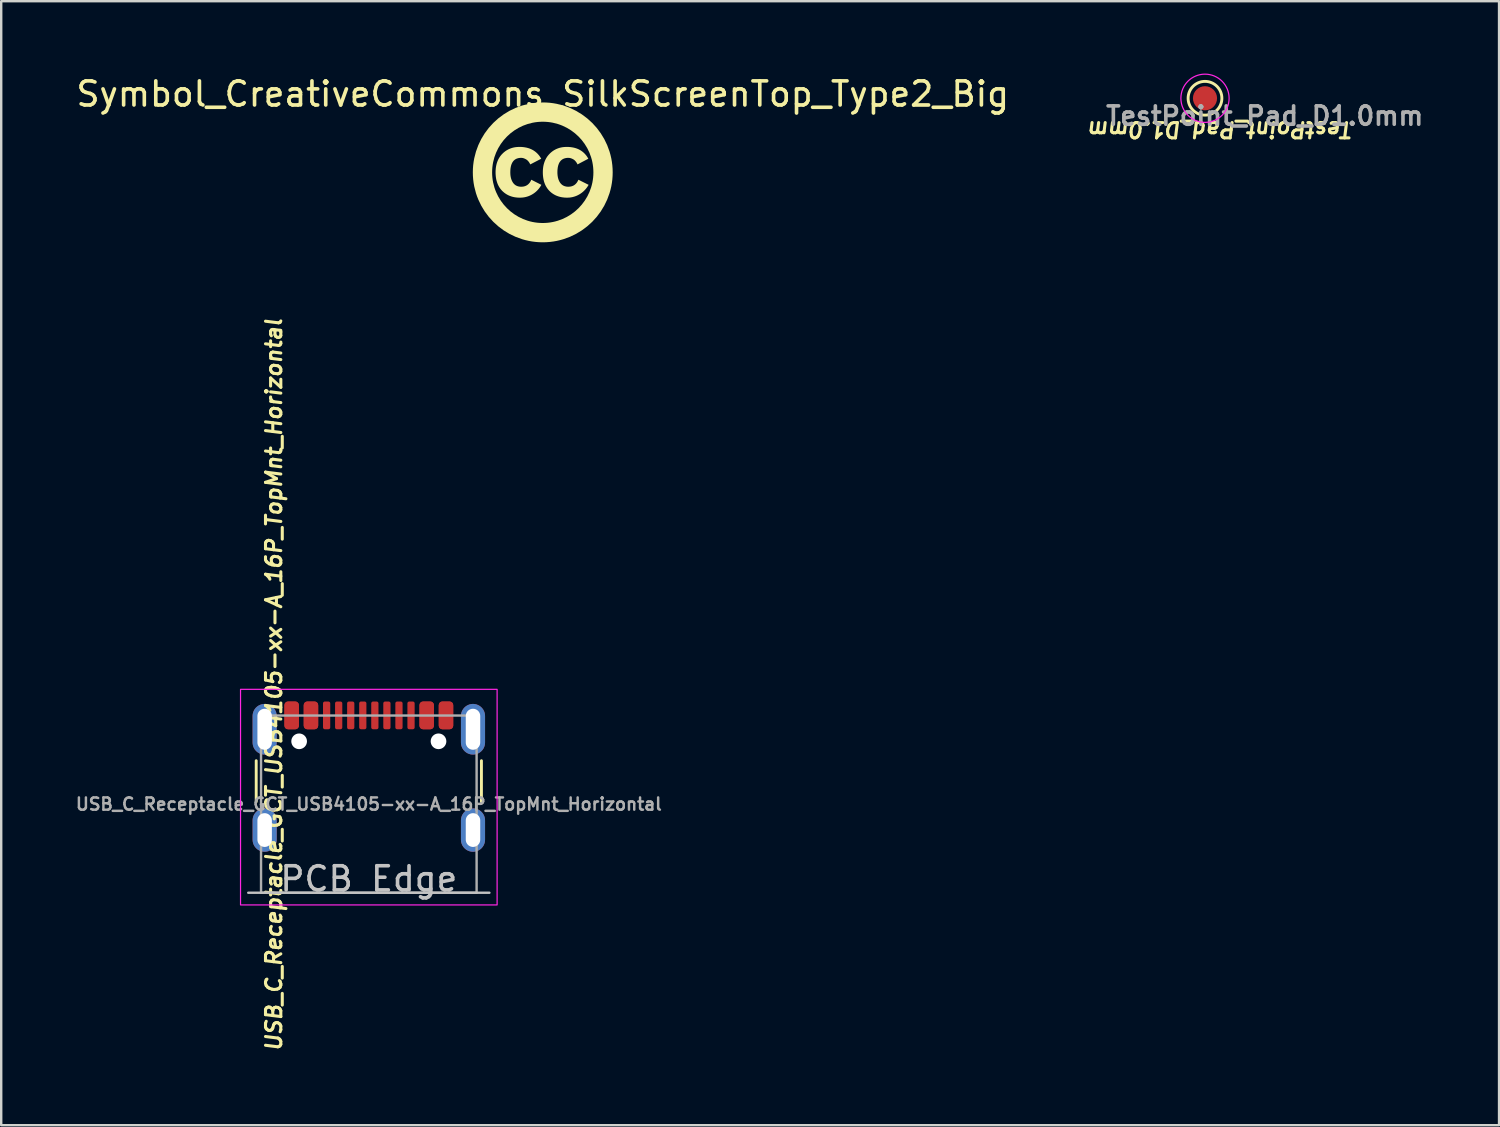
<source format=kicad_pcb>
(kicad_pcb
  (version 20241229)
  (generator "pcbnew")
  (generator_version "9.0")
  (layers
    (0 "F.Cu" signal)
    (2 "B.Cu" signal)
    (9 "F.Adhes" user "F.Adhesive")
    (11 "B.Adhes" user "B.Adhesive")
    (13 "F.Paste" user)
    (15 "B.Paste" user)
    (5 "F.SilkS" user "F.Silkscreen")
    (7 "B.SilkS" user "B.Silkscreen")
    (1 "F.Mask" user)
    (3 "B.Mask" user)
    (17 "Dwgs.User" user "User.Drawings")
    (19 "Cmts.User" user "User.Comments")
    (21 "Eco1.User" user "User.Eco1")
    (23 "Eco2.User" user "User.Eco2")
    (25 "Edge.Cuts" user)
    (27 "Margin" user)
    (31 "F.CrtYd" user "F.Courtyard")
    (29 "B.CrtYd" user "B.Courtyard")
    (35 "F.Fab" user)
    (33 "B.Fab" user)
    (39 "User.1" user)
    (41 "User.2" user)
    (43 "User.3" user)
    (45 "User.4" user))
  (footprint "TestPoint_Pad_D1.0mm"
    (layer "F.Cu")
    (at 46.921 1.025)
    (property "Reference" "TestPoint_Pad_D1.0mm" (at 0.635 1.295 180) (unlocked yes) (layer "F.SilkS") (effects (font (size 0.635 0.635) (thickness 0.127) (italic yes))))
    (attr exclude_from_pos_files exclude_from_bom)
    (fp_circle (center 0 0) (end 0 0.7) (stroke (width 0.12) (type solid)) (fill no) (layer "F.SilkS"))
    (fp_circle (center 0 0) (end 1 0) (stroke (width 0.05) (type solid)) (fill no) (layer "F.CrtYd"))
    (fp_text user "${REFERENCE}" (at 2.477 0.732 0) (unlocked yes) (layer "F.Fab") (effects (font (size 0.762 0.762) (thickness 0.15))))
    (pad "1" smd circle (at 0 0 180) (size 1 1) (layers "F.Cu" "F.Mask")))
  (footprint "USB_C_Receptacle_GCT_USB4105-xx-A_16P_TopMnt_Horizontal"
    (layer "F.Cu")
    (at 12.245 30.297)
    (property "Reference" "USB_C_Receptacle_GCT_USB4105-xx-A_16P_TopMnt_Horizontal" (at -3.937 -4.953 90) (unlocked yes) (layer "F.SilkS") (effects (font (size 0.635 0.635) (thickness 0.127) (italic yes))))
    (attr smd)
    (fp_line (start -4.67 -0.1) (end -4.67 -1.8) (stroke (width 0.12) (type solid)) (layer "F.SilkS"))
    (fp_line (start 4.67 -0.1) (end 4.67 -1.8) (stroke (width 0.12) (type solid)) (layer "F.SilkS"))
    (fp_line (start 5 3.675) (end -5 3.675) (stroke (width 0.1) (type solid)) (layer "Dwgs.User"))
    (fp_rect (start -5.32 -4.76) (end 5.32 4.18) (stroke (width 0.05) (type solid)) (fill no) (layer "F.CrtYd"))
    (fp_rect (start -4.47 -3.675) (end 4.47 3.675) (stroke (width 0.1) (type solid)) (fill no) (layer "F.Fab"))
    (fp_text user "PCB Edge" (at 0 3.1 0) (unlocked yes) (layer "Dwgs.User") (effects (font (size 1 1) (thickness 0.15))))
    (fp_text user "${REFERENCE}" (at 0 0 0) (unlocked yes) (layer "F.Fab") (effects (font (size 0.508 0.508) (thickness 0.102))))
    (pad "" np_thru_hole circle (at -2.89 -2.605) (size 0.65 0.65) (drill 0.65) (layers "*.Cu" "*.Mask"))
    (pad "" np_thru_hole circle (at 2.89 -2.605) (size 0.65 0.65) (drill 0.65) (layers "*.Cu" "*.Mask"))
    (pad "A1" smd roundrect (at -3.2 -3.68) (size 0.6 1.15) (layers "F.Cu" "F.Mask" "F.Paste") (roundrect_rratio 0.25))
    (pad "A4" smd roundrect (at -2.4 -3.68) (size 0.6 1.15) (layers "F.Cu" "F.Mask" "F.Paste") (roundrect_rratio 0.25))
    (pad "A5" smd roundrect (at -1.25 -3.68) (size 0.3 1.15) (layers "F.Cu" "F.Mask" "F.Paste") (roundrect_rratio 0.25))
    (pad "A6" smd roundrect (at -0.25 -3.68) (size 0.3 1.15) (layers "F.Cu" "F.Mask" "F.Paste") (roundrect_rratio 0.25))
    (pad "A7" smd roundrect (at 0.25 -3.68) (size 0.3 1.15) (layers "F.Cu" "F.Mask" "F.Paste") (roundrect_rratio 0.25))
    (pad "A8" smd roundrect (at 1.25 -3.68) (size 0.3 1.15) (layers "F.Cu" "F.Mask" "F.Paste") (roundrect_rratio 0.25))
    (pad "A9" smd roundrect (at 2.4 -3.68) (size 0.6 1.15) (layers "F.Cu" "F.Mask" "F.Paste") (roundrect_rratio 0.25))
    (pad "A12" smd roundrect (at 3.2 -3.68) (size 0.6 1.15) (layers "F.Cu" "F.Mask" "F.Paste") (roundrect_rratio 0.25))
    (pad "B1" smd roundrect (at 3.2 -3.68) (size 0.6 1.15) (layers "F.Cu" "F.Mask" "F.Paste") (roundrect_rratio 0.25))
    (pad "B4" smd roundrect (at 2.4 -3.68) (size 0.6 1.15) (layers "F.Cu" "F.Mask" "F.Paste") (roundrect_rratio 0.25))
    (pad "B5" smd roundrect (at 1.75 -3.68) (size 0.3 1.15) (layers "F.Cu" "F.Mask" "F.Paste") (roundrect_rratio 0.25))
    (pad "B6" smd roundrect (at 0.75 -3.68) (size 0.3 1.15) (layers "F.Cu" "F.Mask" "F.Paste") (roundrect_rratio 0.25))
    (pad "B7" smd roundrect (at -0.75 -3.68) (size 0.3 1.15) (layers "F.Cu" "F.Mask" "F.Paste") (roundrect_rratio 0.25))
    (pad "B8" smd roundrect (at -1.75 -3.68) (size 0.3 1.15) (layers "F.Cu" "F.Mask" "F.Paste") (roundrect_rratio 0.25))
    (pad "B9" smd roundrect (at -2.4 -3.68) (size 0.6 1.15) (layers "F.Cu" "F.Mask" "F.Paste") (roundrect_rratio 0.25))
    (pad "B12" smd roundrect (at -3.2 -3.68) (size 0.6 1.15) (layers "F.Cu" "F.Mask" "F.Paste") (roundrect_rratio 0.25))
    (pad "S1" thru_hole oval (at -4.32 -3.105) (size 1 2.1) (drill oval 0.6 1.7) (layers "*.Cu" "*.Mask" "F.Paste"))
    (pad "S1" thru_hole oval (at -4.32 1.075) (size 1 1.8) (drill oval 0.6 1.4) (layers "*.Cu" "*.Mask" "F.Paste"))
    (pad "S1" thru_hole oval (at 4.32 -3.105) (size 1 2.1) (drill oval 0.6 1.7) (layers "*.Cu" "*.Mask" "F.Paste"))
    (pad "S1" thru_hole oval (at 4.32 1.075) (size 1 1.8) (drill oval 0.6 1.4) (layers "*.Cu" "*.Mask" "F.Paste")))
  (footprint "Symbol_CreativeCommons_SilkScreenTop_Type2_Big"
    (layer "F.Cu")
    (at 19.458 4.098)
    (property "Reference" "Symbol_CreativeCommons_SilkScreenTop_Type2_Big" (at 0 -3.25 180) (layer "F.SilkS") (effects (font (size 1 1) (thickness 0.15))))
    (attr exclude_from_pos_files exclude_from_bom)
    (fp_circle (center 0 0) (end 2.5 0) (stroke (width 0.8) (type default)) (fill no) (layer "F.SilkS"))
    (fp_poly (pts (xy -0.888 -1.054) (xy -0.813 -1.048) (xy -0.741 -1.038) (xy -0.673 -1.025) (xy -0.606 -1.008) (xy -0.543 -0.987) (xy -0.483 -0.962) (xy -0.425 -0.933) (xy -0.37 -0.901) (xy -0.318 -0.864) (xy -0.269 -0.824) (xy -0.222 -0.78) (xy -0.178 -0.732) (xy -0.137 -0.681) (xy -0.099 -0.625) (xy -0.064 -0.566) (xy -0.517 -0.33) (xy -0.527 -0.348) (xy -0.536 -0.366) (xy -0.546 -0.383) (xy -0.556 -0.4) (xy -0.566 -0.416) (xy -0.576 -0.431) (xy -0.587 -0.445) (xy -0.598 -0.458) (xy -0.61 -0.471) (xy -0.621 -0.483) (xy -0.633 -0.495) (xy -0.645 -0.506) (xy -0.657 -0.516) (xy -0.67 -0.525) (xy -0.683 -0.534) (xy -0.696 -0.542) (xy -0.709 -0.549) (xy -0.722 -0.556) (xy -0.735 -0.562) (xy -0.748 -0.568) (xy -0.76 -0.573) (xy -0.773 -0.578) (xy -0.785 -0.583) (xy -0.798 -0.587) (xy -0.81 -0.59) (xy -0.822 -0.594) (xy -0.834 -0.596) (xy -0.846 -0.598) (xy -0.858 -0.6) (xy -0.869 -0.601) (xy -0.881 -0.602) (xy -0.892 -0.602) (xy -0.92 -0.601) (xy -0.947 -0.6) (xy -0.973 -0.597) (xy -0.999 -0.593) (xy -1.023 -0.587) (xy -1.046 -0.581) (xy -1.069 -0.573) (xy -1.091 -0.565) (xy -1.112 -0.555) (xy -1.131 -0.544) (xy -1.15 -0.531) (xy -1.169 -0.518) (xy -1.186 -0.503) (xy -1.202 -0.488) (xy -1.218 -0.471) (xy -1.232 -0.452) (xy -1.246 -0.433) (xy -1.259 -0.413) (xy -1.271 -0.391) (xy -1.282 -0.368) (xy -1.292 -0.344) (xy -1.302 -0.319) (xy -1.31 -0.293) (xy -1.318 -0.265) (xy -1.324 -0.237) (xy -1.33 -0.207) (xy -1.335 -0.176) (xy -1.339 -0.144) (xy -1.342 -0.11) (xy -1.344 -0.076) (xy -1.345 -0.04) (xy -1.346 -0.003) (xy -1.345 0.03) (xy -1.344 0.063) (xy -1.342 0.095) (xy -1.339 0.126) (xy -1.335 0.156) (xy -1.33 0.185) (xy -1.324 0.214) (xy -1.317 0.241) (xy -1.31 0.268) (xy -1.301 0.294) (xy -1.292 0.319) (xy -1.281 0.343) (xy -1.27 0.367) (xy -1.258 0.389) (xy -1.245 0.411) (xy -1.231 0.432) (xy -1.216 0.452) (xy -1.201 0.47) (xy -1.184 0.487) (xy -1.167 0.503) (xy -1.158 0.511) (xy -1.149 0.518) (xy -1.139 0.525) (xy -1.13 0.531) (xy -1.12 0.538) (xy -1.11 0.544) (xy -1.099 0.549) (xy -1.089 0.554) (xy -1.067 0.564) (xy -1.045 0.572) (xy -1.022 0.579) (xy -0.997 0.585) (xy -0.972 0.59) (xy -0.947 0.593) (xy -0.92 0.595) (xy -0.892 0.595) (xy -0.856 0.594) (xy -0.821 0.591) (xy -0.787 0.585) (xy -0.755 0.577) (xy -0.724 0.567) (xy -0.695 0.554) (xy -0.667 0.54) (xy -0.64 0.523) (xy -0.614 0.503) (xy -0.59 0.482) (xy -0.568 0.458) (xy -0.546 0.432) (xy -0.526 0.404) (xy -0.508 0.373) (xy -0.491 0.34) (xy -0.475 0.305) (xy -0.058 0.517) (xy -0.075 0.547) (xy -0.093 0.577) (xy -0.111 0.606) (xy -0.131 0.634) (xy -0.151 0.661) (xy -0.172 0.688) (xy -0.194 0.713) (xy -0.216 0.738) (xy -0.24 0.762) (xy -0.264 0.785) (xy -0.289 0.808) (xy -0.315 0.829) (xy -0.342 0.85) (xy -0.369 0.87) (xy -0.398 0.889) (xy -0.427 0.907) (xy -0.456 0.924) (xy -0.486 0.94) (xy -0.517 0.955) (xy -0.548 0.969) (xy -0.579 0.982) (xy -0.61 0.993) (xy -0.642 1.004) (xy -0.674 1.013) (xy -0.707 1.022) (xy -0.74 1.029) (xy -0.774 1.035) (xy -0.808 1.04) (xy -0.842 1.044) (xy -0.876 1.047) (xy -0.911 1.048) (xy -0.947 1.049) (xy -1.003 1.048) (xy -1.057 1.045) (xy -1.111 1.039) (xy -1.163 1.032) (xy -1.213 1.022) (xy -1.262 1.01) (xy -1.31 0.996) (xy -1.356 0.979) (xy -1.402 0.961) (xy -1.445 0.94) (xy -1.488 0.917) (xy -1.528 0.892) (xy -1.568 0.865) (xy -1.606 0.836) (xy -1.643 0.804) (xy -1.679 0.771) (xy -1.712 0.735) (xy -1.744 0.698) (xy -1.773 0.659) (xy -1.8 0.618) (xy -1.825 0.576) (xy -1.848 0.531) (xy -1.869 0.486) (xy -1.887 0.438) (xy -1.903 0.389) (xy -1.918 0.338) (xy -1.93 0.285) (xy -1.939 0.231) (xy -1.947 0.175) (xy -1.952 0.117) (xy -1.956 0.058) (xy -1.957 -0.003) (xy -1.956 -0.063) (xy -1.952 -0.121) (xy -1.947 -0.178) (xy -1.939 -0.233) (xy -1.929 -0.286) (xy -1.917 -0.338) (xy -1.903 -0.388) (xy -1.886 -0.437) (xy -1.868 -0.484) (xy -1.847 -0.53) (xy -1.824 -0.574) (xy -1.798 -0.617) (xy -1.771 -0.658) (xy -1.741 -0.697) (xy -1.71 -0.735) (xy -1.675 -0.771) (xy -1.64 -0.806) (xy -1.603 -0.838) (xy -1.565 -0.868) (xy -1.526 -0.896) (xy -1.485 -0.921) (xy -1.444 -0.944) (xy -1.401 -0.966) (xy -1.357 -0.984) (xy -1.312 -1.001) (xy -1.266 -1.016) (xy -1.219 -1.028) (xy -1.17 -1.038) (xy -1.121 -1.046) (xy -1.07 -1.051) (xy -1.018 -1.054) (xy -0.965 -1.056)) (stroke (width 0) (type solid)) (fill yes) (layer "F.SilkS"))
    (fp_poly (pts (xy 1.072 -1.054) (xy 1.146 -1.048) (xy 1.218 -1.038) (xy 1.286 -1.025) (xy 1.352 -1.008) (xy 1.415 -0.987) (xy 1.476 -0.962) (xy 1.533 -0.933) (xy 1.587 -0.901) (xy 1.639 -0.864) (xy 1.688 -0.824) (xy 1.734 -0.78) (xy 1.777 -0.732) (xy 1.818 -0.681) (xy 1.855 -0.625) (xy 1.89 -0.566) (xy 1.442 -0.33) (xy 1.433 -0.348) (xy 1.424 -0.366) (xy 1.414 -0.383) (xy 1.404 -0.4) (xy 1.394 -0.416) (xy 1.383 -0.431) (xy 1.372 -0.445) (xy 1.361 -0.458) (xy 1.35 -0.471) (xy 1.338 -0.483) (xy 1.327 -0.495) (xy 1.315 -0.506) (xy 1.302 -0.516) (xy 1.29 -0.525) (xy 1.277 -0.534) (xy 1.264 -0.542) (xy 1.251 -0.549) (xy 1.237 -0.556) (xy 1.224 -0.562) (xy 1.211 -0.568) (xy 1.198 -0.573) (xy 1.186 -0.578) (xy 1.173 -0.583) (xy 1.16 -0.587) (xy 1.147 -0.59) (xy 1.135 -0.594) (xy 1.122 -0.596) (xy 1.11 -0.598) (xy 1.098 -0.6) (xy 1.085 -0.601) (xy 1.073 -0.602) (xy 1.061 -0.602) (xy 1.033 -0.601) (xy 1.006 -0.6) (xy 0.98 -0.597) (xy 0.955 -0.593) (xy 0.93 -0.587) (xy 0.907 -0.581) (xy 0.884 -0.573) (xy 0.863 -0.565) (xy 0.842 -0.555) (xy 0.822 -0.544) (xy 0.803 -0.531) (xy 0.785 -0.518) (xy 0.767 -0.503) (xy 0.751 -0.488) (xy 0.736 -0.471) (xy 0.721 -0.452) (xy 0.707 -0.433) (xy 0.694 -0.413) (xy 0.682 -0.391) (xy 0.671 -0.368) (xy 0.661 -0.344) (xy 0.652 -0.319) (xy 0.643 -0.293) (xy 0.636 -0.265) (xy 0.629 -0.237) (xy 0.623 -0.207) (xy 0.619 -0.176) (xy 0.615 -0.144) (xy 0.611 -0.11) (xy 0.609 -0.076) (xy 0.608 -0.04) (xy 0.607 -0.003) (xy 0.608 0.03) (xy 0.609 0.063) (xy 0.612 0.095) (xy 0.615 0.126) (xy 0.619 0.156) (xy 0.624 0.185) (xy 0.629 0.214) (xy 0.636 0.241) (xy 0.644 0.268) (xy 0.652 0.294) (xy 0.662 0.319) (xy 0.672 0.343) (xy 0.683 0.367) (xy 0.695 0.389) (xy 0.708 0.411) (xy 0.722 0.432) (xy 0.737 0.452) (xy 0.753 0.47) (xy 0.769 0.487) (xy 0.778 0.496) (xy 0.787 0.503) (xy 0.796 0.511) (xy 0.805 0.518) (xy 0.814 0.525) (xy 0.824 0.531) (xy 0.834 0.538) (xy 0.844 0.544) (xy 0.854 0.549) (xy 0.864 0.554) (xy 0.886 0.564) (xy 0.908 0.572) (xy 0.932 0.579) (xy 0.956 0.585) (xy 0.981 0.59) (xy 1.007 0.593) (xy 1.034 0.595) (xy 1.061 0.595) (xy 1.097 0.594) (xy 1.132 0.591) (xy 1.166 0.585) (xy 1.198 0.577) (xy 1.229 0.567) (xy 1.259 0.554) (xy 1.287 0.54) (xy 1.314 0.523) (xy 1.339 0.503) (xy 1.363 0.482) (xy 1.386 0.458) (xy 1.407 0.432) (xy 1.427 0.404) (xy 1.445 0.373) (xy 1.462 0.34) (xy 1.478 0.305) (xy 1.902 0.517) (xy 1.884 0.547) (xy 1.865 0.577) (xy 1.846 0.606) (xy 1.826 0.634) (xy 1.805 0.661) (xy 1.784 0.688) (xy 1.761 0.713) (xy 1.738 0.738) (xy 1.715 0.762) (xy 1.69 0.785) (xy 1.665 0.808) (xy 1.639 0.829) (xy 1.612 0.85) (xy 1.584 0.87) (xy 1.556 0.889) (xy 1.527 0.907) (xy 1.497 0.924) (xy 1.467 0.94) (xy 1.437 0.955) (xy 1.406 0.969) (xy 1.375 0.982) (xy 1.344 0.993) (xy 1.312 1.004) (xy 1.28 1.013) (xy 1.248 1.022) (xy 1.215 1.029) (xy 1.183 1.035) (xy 1.149 1.04) (xy 1.116 1.044) (xy 1.082 1.047) (xy 1.047 1.048) (xy 1.013 1.049) (xy 0.956 1.048) (xy 0.901 1.045) (xy 0.847 1.039) (xy 0.794 1.032) (xy 0.744 1.022) (xy 0.694 1.01) (xy 0.646 0.996) (xy 0.599 0.979) (xy 0.554 0.961) (xy 0.51 0.94) (xy 0.468 0.917) (xy 0.427 0.892) (xy 0.388 0.865) (xy 0.35 0.836) (xy 0.313 0.804) (xy 0.278 0.771) (xy 0.245 0.735) (xy 0.214 0.698) (xy 0.185 0.659) (xy 0.158 0.618) (xy 0.133 0.576) (xy 0.11 0.531) (xy 0.09 0.486) (xy 0.072 0.438) (xy 0.055 0.389) (xy 0.042 0.338) (xy 0.03 0.285) (xy 0.02 0.231) (xy 0.013 0.175) (xy 0.007 0.117) (xy 0.004 0.058) (xy 0.003 -0.003) (xy 0.004 -0.063) (xy 0.007 -0.121) (xy 0.013 -0.178) (xy 0.02 -0.233) (xy 0.03 -0.286) (xy 0.042 -0.338) (xy 0.057 -0.388) (xy 0.073 -0.437) (xy 0.092 -0.484) (xy 0.113 -0.53) (xy 0.136 -0.574) (xy 0.161 -0.617) (xy 0.188 -0.658) (xy 0.218 -0.697) (xy 0.25 -0.735) (xy 0.284 -0.771) (xy 0.32 -0.806) (xy 0.357 -0.838) (xy 0.395 -0.868) (xy 0.434 -0.896) (xy 0.474 -0.921) (xy 0.516 -0.944) (xy 0.558 -0.966) (xy 0.602 -0.984) (xy 0.647 -1.001) (xy 0.693 -1.016) (xy 0.741 -1.028) (xy 0.789 -1.038) (xy 0.839 -1.046) (xy 0.89 -1.051) (xy 0.941 -1.054) (xy 0.995 -1.056)) (stroke (width 0) (type solid)) (fill yes) (layer "F.SilkS")))
  (gr_rect
    (start -3 -3)
    (end 59.115 43.611)
    (stroke (width 0.1) (type default))
    (fill no)
    (layer "Edge.Cuts")))
</source>
